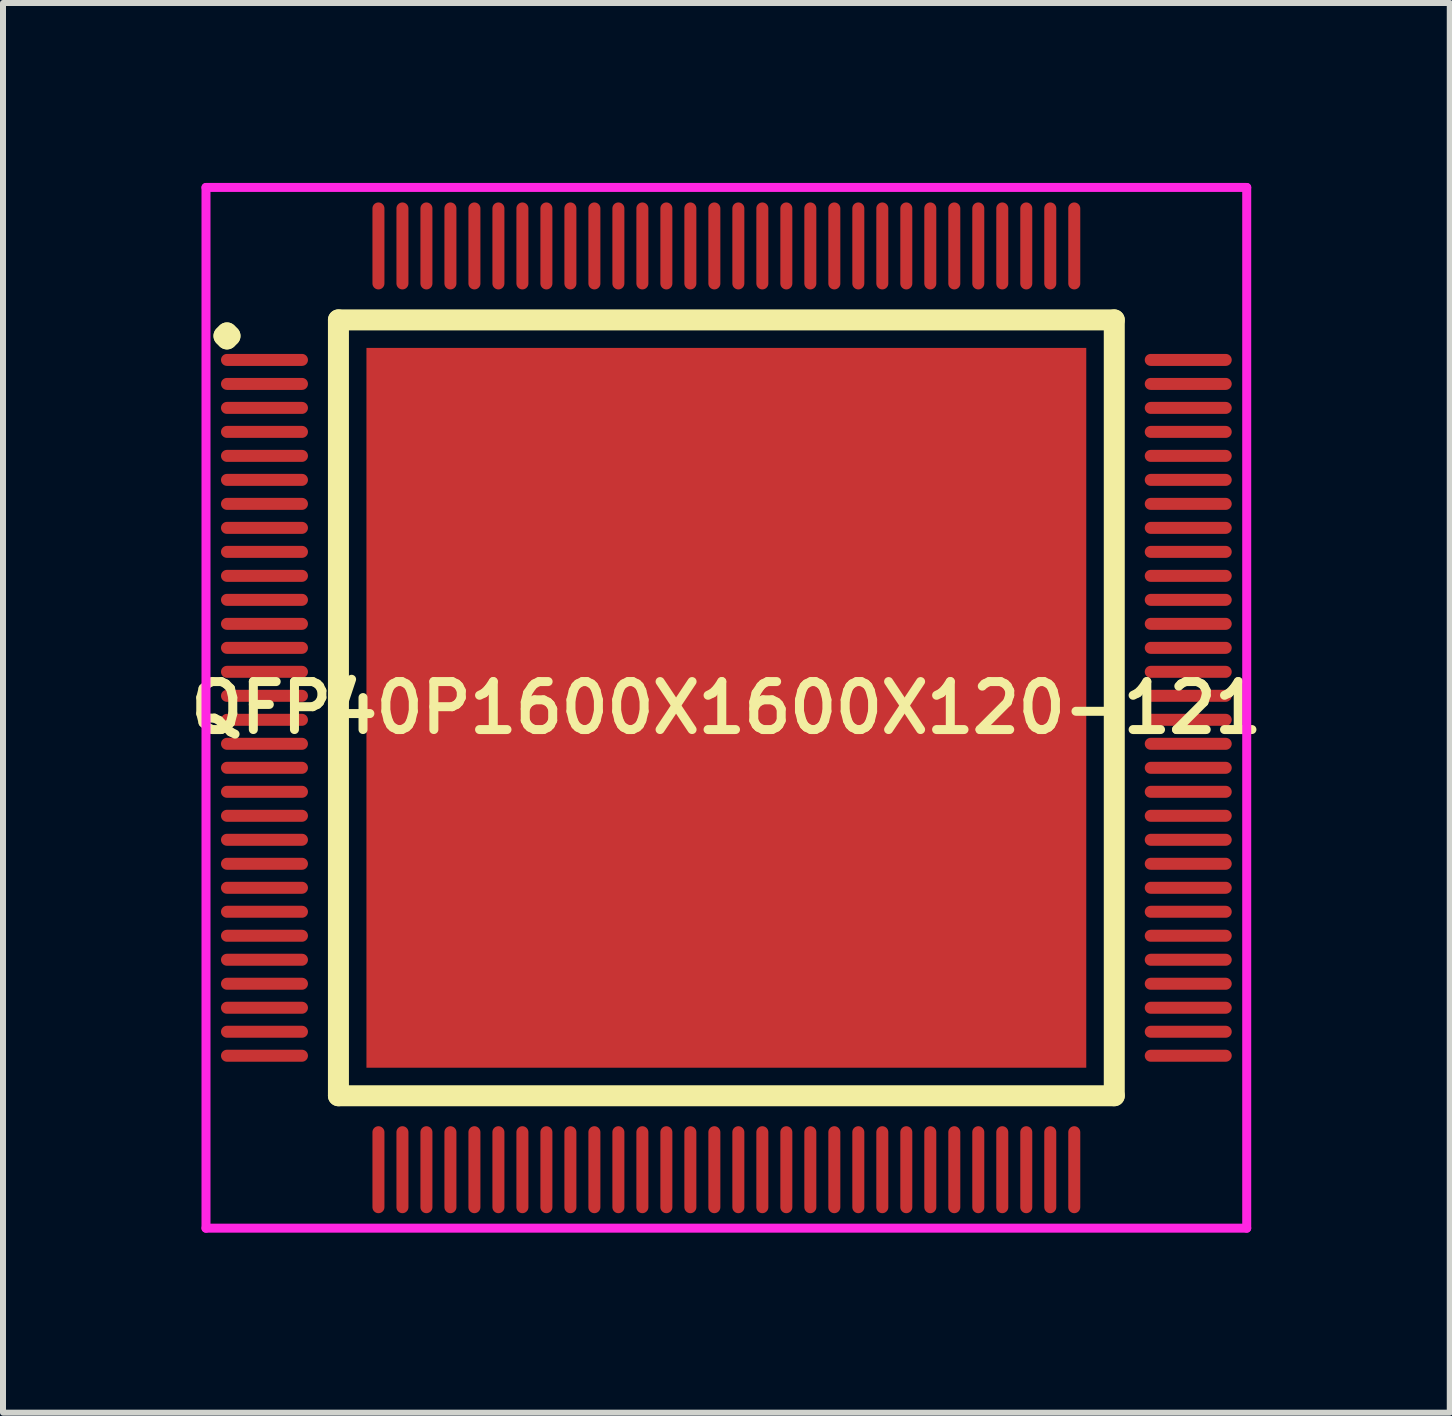
<source format=kicad_pcb>
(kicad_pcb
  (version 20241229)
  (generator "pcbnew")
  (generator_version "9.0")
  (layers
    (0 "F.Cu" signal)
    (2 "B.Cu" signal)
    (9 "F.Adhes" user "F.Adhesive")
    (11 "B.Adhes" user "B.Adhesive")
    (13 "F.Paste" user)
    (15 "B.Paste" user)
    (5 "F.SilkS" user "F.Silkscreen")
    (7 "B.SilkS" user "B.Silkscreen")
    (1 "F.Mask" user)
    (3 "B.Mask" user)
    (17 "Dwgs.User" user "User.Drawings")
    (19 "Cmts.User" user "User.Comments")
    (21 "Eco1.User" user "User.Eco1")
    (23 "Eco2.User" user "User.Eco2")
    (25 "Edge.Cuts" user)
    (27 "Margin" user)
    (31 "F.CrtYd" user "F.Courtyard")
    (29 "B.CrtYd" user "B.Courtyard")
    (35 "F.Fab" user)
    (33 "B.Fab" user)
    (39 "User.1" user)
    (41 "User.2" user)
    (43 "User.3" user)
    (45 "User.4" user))
  (footprint "QFP40P1600X1600X120-121"
    (layer "F.Cu")
    (at 9.059 8.75)
    (property "Reference" "QFP40P1600X1600X120-121" (at 0 0 0) (layer "F.SilkS") (effects (font (size 0.8 0.8) (thickness 0.15))))
    (attr smd)
    (fp_line (start -8.375 -6.2) (end -8.325 -6.25) (stroke (width 0.35) (type solid)) (layer "F.SilkS"))
    (fp_line (start -8.325 -6.25) (end -8.275 -6.2) (stroke (width 0.35) (type solid)) (layer "F.SilkS"))
    (fp_line (start -8.325 -6.15) (end -8.375 -6.2) (stroke (width 0.35) (type solid)) (layer "F.SilkS"))
    (fp_line (start -8.275 -6.2) (end -8.325 -6.15) (stroke (width 0.35) (type solid)) (layer "F.SilkS"))
    (fp_line (start -6.467 -6.467) (end -6.467 6.467) (stroke (width 0.35) (type solid)) (layer "F.SilkS"))
    (fp_line (start -6.467 6.467) (end 6.467 6.467) (stroke (width 0.35) (type solid)) (layer "F.SilkS"))
    (fp_line (start 6.467 -6.467) (end -6.467 -6.467) (stroke (width 0.35) (type solid)) (layer "F.SilkS"))
    (fp_line (start 6.467 6.467) (end 6.467 -6.467) (stroke (width 0.35) (type solid)) (layer "F.SilkS"))
    (fp_line (start -8.675 -8.675) (end 8.675 -8.675) (stroke (width 0.15) (type solid)) (layer "F.CrtYd"))
    (fp_line (start -8.675 8.675) (end -8.675 -8.675) (stroke (width 0.15) (type solid)) (layer "F.CrtYd"))
    (fp_line (start 8.675 -8.675) (end 8.675 8.675) (stroke (width 0.15) (type solid)) (layer "F.CrtYd"))
    (fp_line (start 8.675 8.675) (end -8.675 8.675) (stroke (width 0.15) (type solid)) (layer "F.CrtYd"))
    (pad "1" smd oval (at -7.7 -5.8) (size 1.45 0.2) (layers "F.Cu" "F.Mask" "F.Paste"))
    (pad "2" smd oval (at -7.7 -5.4) (size 1.45 0.2) (layers "F.Cu" "F.Mask" "F.Paste"))
    (pad "3" smd oval (at -7.7 -5) (size 1.45 0.2) (layers "F.Cu" "F.Mask" "F.Paste"))
    (pad "4" smd oval (at -7.7 -4.6) (size 1.45 0.2) (layers "F.Cu" "F.Mask" "F.Paste"))
    (pad "5" smd oval (at -7.7 -4.2) (size 1.45 0.2) (layers "F.Cu" "F.Mask" "F.Paste"))
    (pad "6" smd oval (at -7.7 -3.8) (size 1.45 0.2) (layers "F.Cu" "F.Mask" "F.Paste"))
    (pad "7" smd oval (at -7.7 -3.4) (size 1.45 0.2) (layers "F.Cu" "F.Mask" "F.Paste"))
    (pad "8" smd oval (at -7.7 -3) (size 1.45 0.2) (layers "F.Cu" "F.Mask" "F.Paste"))
    (pad "9" smd oval (at -7.7 -2.6) (size 1.45 0.2) (layers "F.Cu" "F.Mask" "F.Paste"))
    (pad "10" smd oval (at -7.7 -2.2) (size 1.45 0.2) (layers "F.Cu" "F.Mask" "F.Paste"))
    (pad "11" smd oval (at -7.7 -1.8) (size 1.45 0.2) (layers "F.Cu" "F.Mask" "F.Paste"))
    (pad "12" smd oval (at -7.7 -1.4) (size 1.45 0.2) (layers "F.Cu" "F.Mask" "F.Paste"))
    (pad "13" smd oval (at -7.7 -1) (size 1.45 0.2) (layers "F.Cu" "F.Mask" "F.Paste"))
    (pad "14" smd oval (at -7.7 -0.6) (size 1.45 0.2) (layers "F.Cu" "F.Mask" "F.Paste"))
    (pad "15" smd oval (at -7.7 -0.2) (size 1.45 0.2) (layers "F.Cu" "F.Mask" "F.Paste"))
    (pad "16" smd oval (at -7.7 0.2) (size 1.45 0.2) (layers "F.Cu" "F.Mask" "F.Paste"))
    (pad "17" smd oval (at -7.7 0.6) (size 1.45 0.2) (layers "F.Cu" "F.Mask" "F.Paste"))
    (pad "18" smd oval (at -7.7 1) (size 1.45 0.2) (layers "F.Cu" "F.Mask" "F.Paste"))
    (pad "19" smd oval (at -7.7 1.4) (size 1.45 0.2) (layers "F.Cu" "F.Mask" "F.Paste"))
    (pad "20" smd oval (at -7.7 1.8) (size 1.45 0.2) (layers "F.Cu" "F.Mask" "F.Paste"))
    (pad "21" smd oval (at -7.7 2.2) (size 1.45 0.2) (layers "F.Cu" "F.Mask" "F.Paste"))
    (pad "22" smd oval (at -7.7 2.6) (size 1.45 0.2) (layers "F.Cu" "F.Mask" "F.Paste"))
    (pad "23" smd oval (at -7.7 3) (size 1.45 0.2) (layers "F.Cu" "F.Mask" "F.Paste"))
    (pad "24" smd oval (at -7.7 3.4) (size 1.45 0.2) (layers "F.Cu" "F.Mask" "F.Paste"))
    (pad "25" smd oval (at -7.7 3.8) (size 1.45 0.2) (layers "F.Cu" "F.Mask" "F.Paste"))
    (pad "26" smd oval (at -7.7 4.2) (size 1.45 0.2) (layers "F.Cu" "F.Mask" "F.Paste"))
    (pad "27" smd oval (at -7.7 4.6) (size 1.45 0.2) (layers "F.Cu" "F.Mask" "F.Paste"))
    (pad "28" smd oval (at -7.7 5) (size 1.45 0.2) (layers "F.Cu" "F.Mask" "F.Paste"))
    (pad "29" smd oval (at -7.7 5.4) (size 1.45 0.2) (layers "F.Cu" "F.Mask" "F.Paste"))
    (pad "30" smd oval (at -7.7 5.8) (size 1.45 0.2) (layers "F.Cu" "F.Mask" "F.Paste"))
    (pad "31" smd oval (at -5.8 7.7) (size 0.2 1.45) (layers "F.Cu" "F.Mask" "F.Paste"))
    (pad "32" smd oval (at -5.4 7.7) (size 0.2 1.45) (layers "F.Cu" "F.Mask" "F.Paste"))
    (pad "33" smd oval (at -5 7.7) (size 0.2 1.45) (layers "F.Cu" "F.Mask" "F.Paste"))
    (pad "34" smd oval (at -4.6 7.7) (size 0.2 1.45) (layers "F.Cu" "F.Mask" "F.Paste"))
    (pad "35" smd oval (at -4.2 7.7) (size 0.2 1.45) (layers "F.Cu" "F.Mask" "F.Paste"))
    (pad "36" smd oval (at -3.8 7.7) (size 0.2 1.45) (layers "F.Cu" "F.Mask" "F.Paste"))
    (pad "37" smd oval (at -3.4 7.7) (size 0.2 1.45) (layers "F.Cu" "F.Mask" "F.Paste"))
    (pad "38" smd oval (at -3 7.7) (size 0.2 1.45) (layers "F.Cu" "F.Mask" "F.Paste"))
    (pad "39" smd oval (at -2.6 7.7) (size 0.2 1.45) (layers "F.Cu" "F.Mask" "F.Paste"))
    (pad "40" smd oval (at -2.2 7.7) (size 0.2 1.45) (layers "F.Cu" "F.Mask" "F.Paste"))
    (pad "41" smd oval (at -1.8 7.7) (size 0.2 1.45) (layers "F.Cu" "F.Mask" "F.Paste"))
    (pad "42" smd oval (at -1.4 7.7) (size 0.2 1.45) (layers "F.Cu" "F.Mask" "F.Paste"))
    (pad "43" smd oval (at -1 7.7) (size 0.2 1.45) (layers "F.Cu" "F.Mask" "F.Paste"))
    (pad "44" smd oval (at -0.6 7.7) (size 0.2 1.45) (layers "F.Cu" "F.Mask" "F.Paste"))
    (pad "45" smd oval (at -0.2 7.7) (size 0.2 1.45) (layers "F.Cu" "F.Mask" "F.Paste"))
    (pad "46" smd oval (at 0.2 7.7) (size 0.2 1.45) (layers "F.Cu" "F.Mask" "F.Paste"))
    (pad "47" smd oval (at 0.6 7.7) (size 0.2 1.45) (layers "F.Cu" "F.Mask" "F.Paste"))
    (pad "48" smd oval (at 1 7.7) (size 0.2 1.45) (layers "F.Cu" "F.Mask" "F.Paste"))
    (pad "49" smd oval (at 1.4 7.7) (size 0.2 1.45) (layers "F.Cu" "F.Mask" "F.Paste"))
    (pad "50" smd oval (at 1.8 7.7) (size 0.2 1.45) (layers "F.Cu" "F.Mask" "F.Paste"))
    (pad "51" smd oval (at 2.2 7.7) (size 0.2 1.45) (layers "F.Cu" "F.Mask" "F.Paste"))
    (pad "52" smd oval (at 2.6 7.7) (size 0.2 1.45) (layers "F.Cu" "F.Mask" "F.Paste"))
    (pad "53" smd oval (at 3 7.7) (size 0.2 1.45) (layers "F.Cu" "F.Mask" "F.Paste"))
    (pad "54" smd oval (at 3.4 7.7) (size 0.2 1.45) (layers "F.Cu" "F.Mask" "F.Paste"))
    (pad "55" smd oval (at 3.8 7.7) (size 0.2 1.45) (layers "F.Cu" "F.Mask" "F.Paste"))
    (pad "56" smd oval (at 4.2 7.7) (size 0.2 1.45) (layers "F.Cu" "F.Mask" "F.Paste"))
    (pad "57" smd oval (at 4.6 7.7) (size 0.2 1.45) (layers "F.Cu" "F.Mask" "F.Paste"))
    (pad "58" smd oval (at 5 7.7) (size 0.2 1.45) (layers "F.Cu" "F.Mask" "F.Paste"))
    (pad "59" smd oval (at 5.4 7.7) (size 0.2 1.45) (layers "F.Cu" "F.Mask" "F.Paste"))
    (pad "60" smd oval (at 5.8 7.7) (size 0.2 1.45) (layers "F.Cu" "F.Mask" "F.Paste"))
    (pad "61" smd oval (at 7.7 5.8) (size 1.45 0.2) (layers "F.Cu" "F.Mask" "F.Paste"))
    (pad "62" smd oval (at 7.7 5.4) (size 1.45 0.2) (layers "F.Cu" "F.Mask" "F.Paste"))
    (pad "63" smd oval (at 7.7 5) (size 1.45 0.2) (layers "F.Cu" "F.Mask" "F.Paste"))
    (pad "64" smd oval (at 7.7 4.6) (size 1.45 0.2) (layers "F.Cu" "F.Mask" "F.Paste"))
    (pad "65" smd oval (at 7.7 4.2) (size 1.45 0.2) (layers "F.Cu" "F.Mask" "F.Paste"))
    (pad "66" smd oval (at 7.7 3.8) (size 1.45 0.2) (layers "F.Cu" "F.Mask" "F.Paste"))
    (pad "67" smd oval (at 7.7 3.4) (size 1.45 0.2) (layers "F.Cu" "F.Mask" "F.Paste"))
    (pad "68" smd oval (at 7.7 3) (size 1.45 0.2) (layers "F.Cu" "F.Mask" "F.Paste"))
    (pad "69" smd oval (at 7.7 2.6) (size 1.45 0.2) (layers "F.Cu" "F.Mask" "F.Paste"))
    (pad "70" smd oval (at 7.7 2.2) (size 1.45 0.2) (layers "F.Cu" "F.Mask" "F.Paste"))
    (pad "71" smd oval (at 7.7 1.8) (size 1.45 0.2) (layers "F.Cu" "F.Mask" "F.Paste"))
    (pad "72" smd oval (at 7.7 1.4) (size 1.45 0.2) (layers "F.Cu" "F.Mask" "F.Paste"))
    (pad "73" smd oval (at 7.7 1) (size 1.45 0.2) (layers "F.Cu" "F.Mask" "F.Paste"))
    (pad "74" smd oval (at 7.7 0.6) (size 1.45 0.2) (layers "F.Cu" "F.Mask" "F.Paste"))
    (pad "75" smd oval (at 7.7 0.2) (size 1.45 0.2) (layers "F.Cu" "F.Mask" "F.Paste"))
    (pad "76" smd oval (at 7.7 -0.2) (size 1.45 0.2) (layers "F.Cu" "F.Mask" "F.Paste"))
    (pad "77" smd oval (at 7.7 -0.6) (size 1.45 0.2) (layers "F.Cu" "F.Mask" "F.Paste"))
    (pad "78" smd oval (at 7.7 -1) (size 1.45 0.2) (layers "F.Cu" "F.Mask" "F.Paste"))
    (pad "79" smd oval (at 7.7 -1.4) (size 1.45 0.2) (layers "F.Cu" "F.Mask" "F.Paste"))
    (pad "80" smd oval (at 7.7 -1.8) (size 1.45 0.2) (layers "F.Cu" "F.Mask" "F.Paste"))
    (pad "81" smd oval (at 7.7 -2.2) (size 1.45 0.2) (layers "F.Cu" "F.Mask" "F.Paste"))
    (pad "82" smd oval (at 7.7 -2.6) (size 1.45 0.2) (layers "F.Cu" "F.Mask" "F.Paste"))
    (pad "83" smd oval (at 7.7 -3) (size 1.45 0.2) (layers "F.Cu" "F.Mask" "F.Paste"))
    (pad "84" smd oval (at 7.7 -3.4) (size 1.45 0.2) (layers "F.Cu" "F.Mask" "F.Paste"))
    (pad "85" smd oval (at 7.7 -3.8) (size 1.45 0.2) (layers "F.Cu" "F.Mask" "F.Paste"))
    (pad "86" smd oval (at 7.7 -4.2) (size 1.45 0.2) (layers "F.Cu" "F.Mask" "F.Paste"))
    (pad "87" smd oval (at 7.7 -4.6) (size 1.45 0.2) (layers "F.Cu" "F.Mask" "F.Paste"))
    (pad "88" smd oval (at 7.7 -5) (size 1.45 0.2) (layers "F.Cu" "F.Mask" "F.Paste"))
    (pad "89" smd oval (at 7.7 -5.4) (size 1.45 0.2) (layers "F.Cu" "F.Mask" "F.Paste"))
    (pad "90" smd oval (at 7.7 -5.8) (size 1.45 0.2) (layers "F.Cu" "F.Mask" "F.Paste"))
    (pad "91" smd oval (at 5.8 -7.7) (size 0.2 1.45) (layers "F.Cu" "F.Mask" "F.Paste"))
    (pad "92" smd oval (at 5.4 -7.7) (size 0.2 1.45) (layers "F.Cu" "F.Mask" "F.Paste"))
    (pad "93" smd oval (at 5 -7.7) (size 0.2 1.45) (layers "F.Cu" "F.Mask" "F.Paste"))
    (pad "94" smd oval (at 4.6 -7.7) (size 0.2 1.45) (layers "F.Cu" "F.Mask" "F.Paste"))
    (pad "95" smd oval (at 4.2 -7.7) (size 0.2 1.45) (layers "F.Cu" "F.Mask" "F.Paste"))
    (pad "96" smd oval (at 3.8 -7.7) (size 0.2 1.45) (layers "F.Cu" "F.Mask" "F.Paste"))
    (pad "97" smd oval (at 3.4 -7.7) (size 0.2 1.45) (layers "F.Cu" "F.Mask" "F.Paste"))
    (pad "98" smd oval (at 3 -7.7) (size 0.2 1.45) (layers "F.Cu" "F.Mask" "F.Paste"))
    (pad "99" smd oval (at 2.6 -7.7) (size 0.2 1.45) (layers "F.Cu" "F.Mask" "F.Paste"))
    (pad "100" smd oval (at 2.2 -7.7) (size 0.2 1.45) (layers "F.Cu" "F.Mask" "F.Paste"))
    (pad "101" smd oval (at 1.8 -7.7) (size 0.2 1.45) (layers "F.Cu" "F.Mask" "F.Paste"))
    (pad "102" smd oval (at 1.4 -7.7) (size 0.2 1.45) (layers "F.Cu" "F.Mask" "F.Paste"))
    (pad "103" smd oval (at 1 -7.7) (size 0.2 1.45) (layers "F.Cu" "F.Mask" "F.Paste"))
    (pad "104" smd oval (at 0.6 -7.7) (size 0.2 1.45) (layers "F.Cu" "F.Mask" "F.Paste"))
    (pad "105" smd oval (at 0.2 -7.7) (size 0.2 1.45) (layers "F.Cu" "F.Mask" "F.Paste"))
    (pad "106" smd oval (at -0.2 -7.7) (size 0.2 1.45) (layers "F.Cu" "F.Mask" "F.Paste"))
    (pad "107" smd oval (at -0.6 -7.7) (size 0.2 1.45) (layers "F.Cu" "F.Mask" "F.Paste"))
    (pad "108" smd oval (at -1 -7.7) (size 0.2 1.45) (layers "F.Cu" "F.Mask" "F.Paste"))
    (pad "109" smd oval (at -1.4 -7.7) (size 0.2 1.45) (layers "F.Cu" "F.Mask" "F.Paste"))
    (pad "110" smd oval (at -1.8 -7.7) (size 0.2 1.45) (layers "F.Cu" "F.Mask" "F.Paste"))
    (pad "111" smd oval (at -2.2 -7.7) (size 0.2 1.45) (layers "F.Cu" "F.Mask" "F.Paste"))
    (pad "112" smd oval (at -2.6 -7.7) (size 0.2 1.45) (layers "F.Cu" "F.Mask" "F.Paste"))
    (pad "113" smd oval (at -3 -7.7) (size 0.2 1.45) (layers "F.Cu" "F.Mask" "F.Paste"))
    (pad "114" smd oval (at -3.4 -7.7) (size 0.2 1.45) (layers "F.Cu" "F.Mask" "F.Paste"))
    (pad "115" smd oval (at -3.8 -7.7) (size 0.2 1.45) (layers "F.Cu" "F.Mask" "F.Paste"))
    (pad "116" smd oval (at -4.2 -7.7) (size 0.2 1.45) (layers "F.Cu" "F.Mask" "F.Paste"))
    (pad "117" smd oval (at -4.6 -7.7) (size 0.2 1.45) (layers "F.Cu" "F.Mask" "F.Paste"))
    (pad "118" smd oval (at -5 -7.7) (size 0.2 1.45) (layers "F.Cu" "F.Mask" "F.Paste"))
    (pad "119" smd oval (at -5.4 -7.7) (size 0.2 1.45) (layers "F.Cu" "F.Mask" "F.Paste"))
    (pad "120" smd oval (at -5.8 -7.7) (size 0.2 1.45) (layers "F.Cu" "F.Mask" "F.Paste"))
    (pad "121" smd rect (at 0 0) (size 12 12) (layers "F.Cu" "F.Mask" "F.Paste")))
  (gr_rect
    (start -3 -3)
    (end 21.119 20.5)
    (stroke (width 0.1) (type default))
    (fill no)
    (layer "Edge.Cuts")))
</source>
